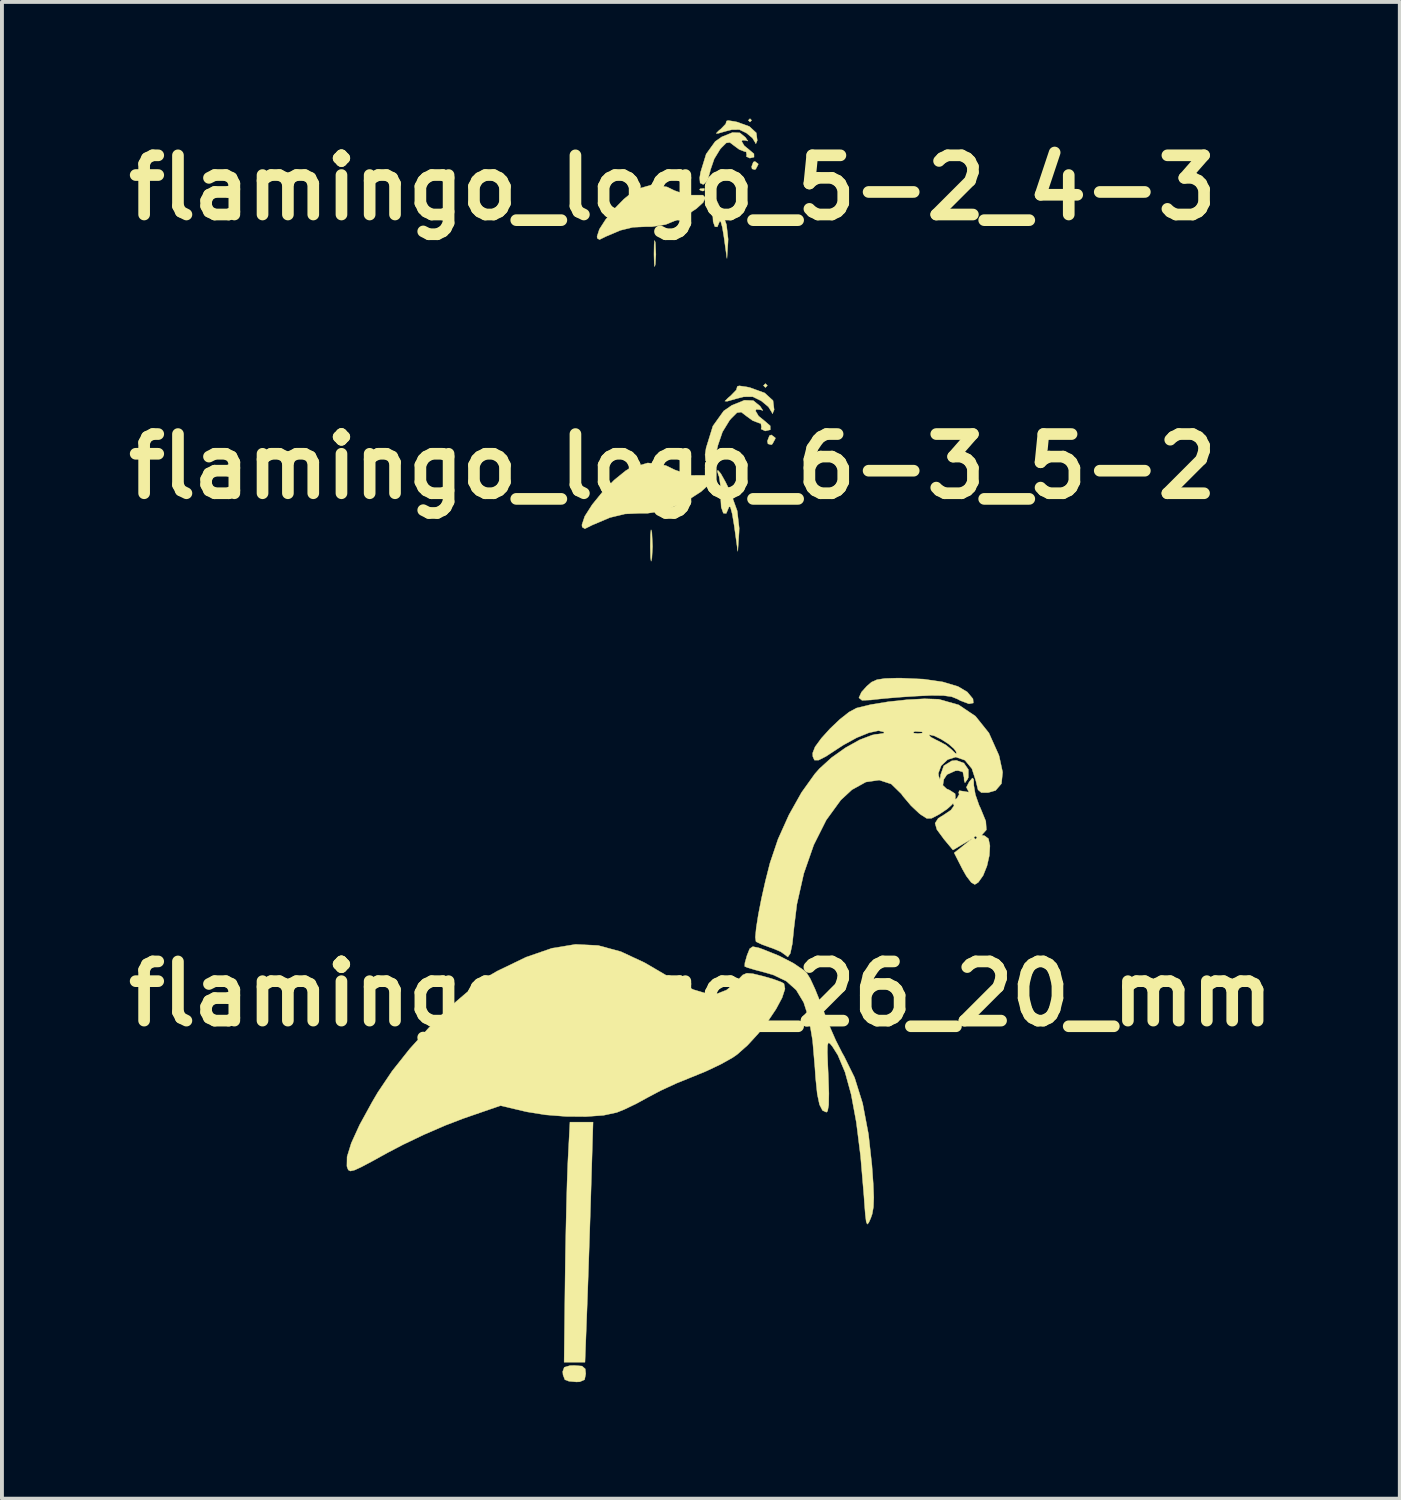
<source format=kicad_pcb>
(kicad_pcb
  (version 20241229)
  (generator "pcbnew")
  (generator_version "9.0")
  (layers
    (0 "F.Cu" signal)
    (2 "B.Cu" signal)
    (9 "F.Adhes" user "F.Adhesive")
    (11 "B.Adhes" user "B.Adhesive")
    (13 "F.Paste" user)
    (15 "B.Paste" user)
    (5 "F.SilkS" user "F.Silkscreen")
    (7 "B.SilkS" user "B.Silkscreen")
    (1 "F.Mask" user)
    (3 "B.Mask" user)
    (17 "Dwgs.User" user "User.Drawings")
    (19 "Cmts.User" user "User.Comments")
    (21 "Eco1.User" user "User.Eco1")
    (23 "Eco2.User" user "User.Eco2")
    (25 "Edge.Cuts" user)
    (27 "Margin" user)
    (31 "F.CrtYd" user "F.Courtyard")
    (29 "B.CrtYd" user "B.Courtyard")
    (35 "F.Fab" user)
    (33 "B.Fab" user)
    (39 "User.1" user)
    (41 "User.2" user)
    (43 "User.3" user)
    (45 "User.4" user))
  (footprint "flamingo_logo_26_20_mm"
    (layer "F.Cu")
    (at 14.993 22.536)
    (property "Reference" "flamingo_logo_26_20_mm" (at 0 0 0) (layer "F.SilkS") (effects (font (size 1.524 1.524) (thickness 0.3))))
    (attr through_hole)
    (fp_poly (pts (xy -3.059 9.583) (xy -2.977 9.654) (xy -2.963 9.779) (xy -2.993 9.933) (xy -3.116 9.987) (xy -3.203 9.991) (xy -3.397 9.973) (xy -3.5 9.934) (xy -3.548 9.81) (xy -3.556 9.723) (xy -3.516 9.614) (xy -3.37 9.571) (xy -3.26 9.567) (xy -3.059 9.583)) (stroke (width 0.01) (type solid)) (fill yes) (layer "F.SilkS"))
    (fp_poly (pts (xy -2.828 5.059) (xy -2.848 5.704) (xy -2.871 6.402) (xy -2.894 7.093) (xy -2.916 7.72) (xy -2.932 8.149) (xy -2.983 9.483) (xy -3.52 9.483) (xy -3.495 7.345) (xy -3.486 6.694) (xy -3.473 6.039) (xy -3.459 5.418) (xy -3.444 4.87) (xy -3.428 4.432) (xy -3.42 4.255) (xy -3.37 3.302) (xy -2.775 3.302) (xy -2.828 5.059)) (stroke (width 0.01) (type solid)) (fill yes) (layer "F.SilkS"))
    (fp_poly (pts (xy 5.735 -8.102) (xy 6.233 -8.029) (xy 6.62 -7.913) (xy 6.858 -7.772) (xy 7.006 -7.594) (xy 7.015 -7.488) (xy 6.902 -7.467) (xy 6.687 -7.546) (xy 6.604 -7.591) (xy 6.457 -7.65) (xy 6.246 -7.679) (xy 5.935 -7.683) (xy 5.546 -7.665) (xy 5.144 -7.639) (xy 4.77 -7.608) (xy 4.48 -7.579) (xy 4.381 -7.566) (xy 4.15 -7.556) (xy 4.069 -7.622) (xy 4.135 -7.768) (xy 4.272 -7.92) (xy 4.395 -8.026) (xy 4.535 -8.088) (xy 4.738 -8.119) (xy 5.052 -8.128) (xy 5.154 -8.128) (xy 5.735 -8.102)) (stroke (width 0.01) (type solid)) (fill yes) (layer "F.SilkS"))
    (fp_poly (pts (xy 1.492 -1.184) (xy 1.602 -1.145) (xy 2.015 -0.978) (xy 2.381 -0.79) (xy 2.651 -0.607) (xy 2.726 -0.536) (xy 2.817 -0.388) (xy 2.939 -0.125) (xy 3.074 0.209) (xy 3.137 0.383) (xy 3.293 0.786) (xy 3.471 1.192) (xy 3.642 1.529) (xy 3.688 1.609) (xy 3.957 2.155) (xy 4.165 2.82) (xy 4.316 3.617) (xy 4.404 4.416) (xy 4.438 4.896) (xy 4.452 5.242) (xy 4.443 5.488) (xy 4.411 5.668) (xy 4.374 5.775) (xy 4.321 5.893) (xy 4.284 5.93) (xy 4.257 5.867) (xy 4.234 5.681) (xy 4.209 5.354) (xy 4.199 5.207) (xy 4.112 4.178) (xy 4.003 3.308) (xy 3.87 2.59) (xy 3.712 2.016) (xy 3.527 1.577) (xy 3.387 1.355) (xy 3.322 1.276) (xy 3.281 1.26) (xy 3.26 1.33) (xy 3.257 1.508) (xy 3.268 1.818) (xy 3.281 2.102) (xy 3.296 2.56) (xy 3.291 2.862) (xy 3.263 3.019) (xy 3.232 3.048) (xy 3.132 3.002) (xy 3.055 2.852) (xy 2.997 2.579) (xy 2.954 2.164) (xy 2.937 1.905) (xy 2.877 1.202) (xy 2.784 0.646) (xy 2.647 0.22) (xy 2.456 -0.098) (xy 2.2 -0.327) (xy 1.87 -0.485) (xy 1.659 -0.548) (xy 1.391 -0.619) (xy 1.198 -0.677) (xy 1.13 -0.705) (xy 1.134 -0.796) (xy 1.185 -0.978) (xy 1.191 -0.996) (xy 1.257 -1.161) (xy 1.338 -1.216) (xy 1.492 -1.184)) (stroke (width 0.01) (type solid)) (fill yes) (layer "F.SilkS"))
    (fp_poly (pts (xy -2.643 -1.245) (xy -2.059 -1.087) (xy -1.446 -0.801) (xy -1.138 -0.621) (xy -0.61 -0.312) (xy -0.19 -0.108) (xy 0.147 -0.007) (xy 0.424 -0.005) (xy 0.664 -0.1) (xy 0.892 -0.29) (xy 0.974 -0.38) (xy 1.079 -0.487) (xy 1.183 -0.531) (xy 1.341 -0.518) (xy 1.608 -0.453) (xy 1.608 -0.453) (xy 1.875 -0.375) (xy 2.072 -0.302) (xy 2.14 -0.264) (xy 2.166 -0.127) (xy 2.092 0.1) (xy 1.938 0.388) (xy 1.725 0.707) (xy 1.473 1.029) (xy 1.203 1.323) (xy 0.934 1.561) (xy 0.816 1.643) (xy 0.508 1.815) (xy 0.123 1.997) (xy -0.243 2.146) (xy -0.632 2.304) (xy -1.036 2.491) (xy -1.35 2.657) (xy -1.663 2.828) (xy -1.975 2.978) (xy -2.165 3.054) (xy -2.505 3.127) (xy -2.958 3.16) (xy -3.473 3.156) (xy -3.996 3.115) (xy -4.477 3.038) (xy -4.547 3.022) (xy -5.158 2.878) (xy -6.114 3.208) (xy -6.586 3.389) (xy -7.13 3.625) (xy -7.671 3.884) (xy -8.065 4.09) (xy -8.465 4.311) (xy -8.742 4.458) (xy -8.919 4.539) (xy -9.022 4.562) (xy -9.076 4.535) (xy -9.104 4.466) (xy -9.112 4.434) (xy -9.108 4.194) (xy -8.999 3.842) (xy -8.785 3.373) (xy -8.462 2.784) (xy -8.319 2.54) (xy -7.948 1.988) (xy -7.492 1.413) (xy -6.98 0.848) (xy -6.444 0.322) (xy -5.915 -0.131) (xy -5.424 -0.48) (xy -5.242 -0.586) (xy -4.498 -0.945) (xy -3.835 -1.174) (xy -3.226 -1.274) (xy -2.643 -1.245)) (stroke (width 0.01) (type solid)) (fill yes) (layer "F.SilkS"))
    (fp_poly (pts (xy 6.106 -7.585) (xy 6.129 -7.583) (xy 6.638 -7.439) (xy 7.07 -7.148) (xy 7.416 -6.716) (xy 7.67 -6.15) (xy 7.68 -6.119) (xy 7.769 -5.706) (xy 7.739 -5.412) (xy 7.588 -5.236) (xy 7.397 -5.181) (xy 7.222 -5.18) (xy 7.136 -5.253) (xy 7.089 -5.445) (xy 7.085 -5.467) (xy 6.979 -5.796) (xy 6.798 -6.015) (xy 6.566 -6.096) (xy 6.562 -6.096) (xy 6.354 -6.031) (xy 6.187 -5.874) (xy 6.115 -5.682) (xy 6.121 -5.615) (xy 6.153 -5.518) (xy 6.168 -5.583) (xy 6.171 -5.635) (xy 6.255 -5.872) (xy 6.458 -5.998) (xy 6.576 -6.011) (xy 6.772 -5.941) (xy 6.888 -5.773) (xy 6.886 -5.571) (xy 6.864 -5.523) (xy 6.8 -5.434) (xy 6.778 -5.495) (xy 6.776 -5.572) (xy 6.744 -5.714) (xy 6.621 -5.748) (xy 6.55 -5.742) (xy 6.335 -5.644) (xy 6.255 -5.522) (xy 6.23 -5.369) (xy 6.328 -5.277) (xy 6.399 -5.247) (xy 6.545 -5.154) (xy 6.554 -5.067) (xy 6.543 -5.009) (xy 6.592 -5.03) (xy 6.651 -5.137) (xy 6.637 -5.18) (xy 6.654 -5.231) (xy 6.784 -5.211) (xy 6.9 -5.191) (xy 6.886 -5.223) (xy 6.836 -5.317) (xy 6.908 -5.457) (xy 6.991 -5.557) (xy 7.023 -5.523) (xy 7.027 -5.368) (xy 7.067 -5.13) (xy 7.164 -4.852) (xy 7.197 -4.784) (xy 7.336 -4.445) (xy 7.351 -4.222) (xy 7.26 -4.12) (xy 7.23 -4.083) (xy 7.303 -4.071) (xy 7.404 -3.995) (xy 7.442 -3.811) (xy 7.427 -3.562) (xy 7.366 -3.293) (xy 7.268 -3.048) (xy 7.143 -2.871) (xy 7.053 -2.815) (xy 6.963 -2.866) (xy 6.836 -3.032) (xy 6.737 -3.206) (xy 6.522 -3.629) (xy 6.754 -3.813) (xy 6.985 -3.997) (xy 6.491 -3.703) (xy 6.253 -3.989) (xy 6.23 -4.022) (xy 7.027 -4.022) (xy 7.07 -3.979) (xy 7.112 -4.022) (xy 7.07 -4.064) (xy 7.027 -4.022) (xy 6.23 -4.022) (xy 6.077 -4.229) (xy 6.03 -4.393) (xy 6.111 -4.519) (xy 6.265 -4.614) (xy 6.438 -4.731) (xy 6.517 -4.841) (xy 6.518 -4.849) (xy 6.492 -4.903) (xy 6.455 -4.862) (xy 6.344 -4.761) (xy 6.154 -4.633) (xy 6.126 -4.616) (xy 5.942 -4.52) (xy 5.817 -4.516) (xy 5.667 -4.611) (xy 5.618 -4.649) (xy 5.411 -4.844) (xy 5.202 -5.091) (xy 5.161 -5.149) (xy 4.902 -5.402) (xy 4.592 -5.503) (xy 4.248 -5.453) (xy 3.889 -5.254) (xy 3.602 -4.988) (xy 3.228 -4.474) (xy 2.906 -3.832) (xy 2.65 -3.097) (xy 2.472 -2.307) (xy 2.399 -1.712) (xy 2.356 -1.294) (xy 2.303 -1.041) (xy 2.239 -0.949) (xy 2.164 -1.008) (xy 2.057 -1.084) (xy 1.855 -1.17) (xy 1.798 -1.189) (xy 1.579 -1.268) (xy 1.435 -1.336) (xy 1.419 -1.347) (xy 1.403 -1.457) (xy 1.426 -1.698) (xy 1.48 -2.04) (xy 1.56 -2.451) (xy 1.661 -2.9) (xy 1.776 -3.354) (xy 1.78 -3.369) (xy 1.988 -3.985) (xy 2.268 -4.607) (xy 2.592 -5.184) (xy 2.934 -5.662) (xy 3.054 -5.798) (xy 3.365 -6.081) (xy 3.726 -6.337) (xy 4.09 -6.54) (xy 4.413 -6.663) (xy 4.417 -6.664) (xy 5.874 -6.664) (xy 5.916 -6.611) (xy 6.069 -6.531) (xy 6.09 -6.522) (xy 6.301 -6.411) (xy 6.442 -6.299) (xy 6.546 -6.198) (xy 6.582 -6.181) (xy 6.572 -6.234) (xy 6.515 -6.313) (xy 6.378 -6.433) (xy 6.19 -6.554) (xy 6.006 -6.644) (xy 5.886 -6.67) (xy 5.874 -6.664) (xy 4.417 -6.664) (xy 4.581 -6.689) (xy 4.707 -6.708) (xy 4.709 -6.714) (xy 5.472 -6.714) (xy 5.588 -6.702) (xy 5.708 -6.715) (xy 5.694 -6.745) (xy 5.52 -6.756) (xy 5.482 -6.745) (xy 5.472 -6.714) (xy 4.709 -6.714) (xy 4.717 -6.741) (xy 4.573 -6.775) (xy 4.327 -6.722) (xy 4.014 -6.595) (xy 3.671 -6.407) (xy 3.521 -6.31) (xy 3.221 -6.113) (xy 3.03 -6.016) (xy 2.925 -6.016) (xy 2.883 -6.109) (xy 2.879 -6.2) (xy 2.94 -6.358) (xy 3.102 -6.579) (xy 3.326 -6.827) (xy 3.576 -7.065) (xy 3.817 -7.255) (xy 4.009 -7.358) (xy 4.372 -7.446) (xy 4.825 -7.52) (xy 5.307 -7.572) (xy 5.755 -7.596) (xy 6.106 -7.585)) (stroke (width 0.01) (type solid)) (fill yes) (layer "F.SilkS")))
  (footprint "flamingo_logo_6-3_5-2"
    (layer "F.Cu")
    (at 14.268 8.959)
    (property "Reference" "flamingo_logo_6-3_5-2" (at 0 0 0) (layer "F.SilkS") (effects (font (size 1.524 1.524) (thickness 0.3))))
    (attr through_hole)
    (fp_poly (pts (xy 2.438 -2.083) (xy 2.388 -2.032) (xy 2.337 -2.083) (xy 2.388 -2.134) (xy 2.438 -2.083)) (stroke (width 0.01) (type solid)) (fill yes) (layer "F.SilkS"))
    (fp_poly (pts (xy 0.982 0.034) (xy 0.968 0.094) (xy 0.914 0.102) (xy 0.831 0.064) (xy 0.847 0.034) (xy 0.967 0.022) (xy 0.982 0.034)) (stroke (width 0.01) (type solid)) (fill yes) (layer "F.SilkS"))
    (fp_poly (pts (xy 2.639 -0.74) (xy 2.642 -0.717) (xy 2.568 -0.58) (xy 2.54 -0.559) (xy 2.453 -0.582) (xy 2.438 -0.654) (xy 2.491 -0.793) (xy 2.54 -0.813) (xy 2.639 -0.74)) (stroke (width 0.01) (type solid)) (fill yes) (layer "F.SilkS"))
    (fp_poly (pts (xy -0.539 1.682) (xy -0.536 1.702) (xy -0.519 2.058) (xy -0.536 2.362) (xy -0.556 2.439) (xy -0.571 2.335) (xy -0.577 2.074) (xy -0.577 2.032) (xy -0.572 1.753) (xy -0.558 1.629) (xy -0.539 1.682)) (stroke (width 0.01) (type solid)) (fill yes) (layer "F.SilkS"))
    (fp_poly (pts (xy 1.907 -2.048) (xy 1.987 -2.031) (xy 2.369 -1.892) (xy 2.583 -1.696) (xy 2.612 -1.46) (xy 2.569 -1.358) (xy 2.552 -1.395) (xy 2.465 -1.535) (xy 2.28 -1.689) (xy 2.061 -1.796) (xy 1.83 -1.794) (xy 1.645 -1.747) (xy 1.409 -1.68) (xy 1.344 -1.682) (xy 1.427 -1.765) (xy 1.494 -1.821) (xy 1.638 -1.97) (xy 1.664 -2.061) (xy 1.715 -2.076) (xy 1.907 -2.048)) (stroke (width 0.01) (type solid)) (fill yes) (layer "F.SilkS"))
    (fp_poly (pts (xy -0.178 -0.025) (xy 0.055 0.088) (xy 0.46 0.23) (xy 0.69 0.228) (xy 0.932 0.228) (xy 1.011 0.311) (xy 0.94 0.457) (xy 0.73 0.648) (xy 0.394 0.864) (xy 0.228 0.953) (xy -0.22 1.137) (xy -0.644 1.204) (xy -0.838 1.204) (xy -1.23 1.222) (xy -1.617 1.316) (xy -2.07 1.508) (xy -2.261 1.603) (xy -2.329 1.561) (xy -2.337 1.504) (xy -2.264 1.283) (xy -2.074 0.985) (xy -1.808 0.657) (xy -1.506 0.35) (xy -1.212 0.111) (xy -1.097 0.042) (xy -0.64 -0.091) (xy -0.178 -0.025)) (stroke (width 0.01) (type solid)) (fill yes) (layer "F.SilkS"))
    (fp_poly (pts (xy 1.24 0.186) (xy 1.363 0.406) (xy 1.485 0.657) (xy 1.661 1.143) (xy 1.712 1.588) (xy 1.708 1.698) (xy 1.676 2.184) (xy 1.584 1.524) (xy 1.533 1.221) (xy 1.486 1.046) (xy 1.451 1.036) (xy 1.45 1.041) (xy 1.378 1.209) (xy 1.304 1.202) (xy 1.249 1.047) (xy 1.234 0.778) (xy 1.234 0.762) (xy 1.321 0.762) (xy 1.372 0.813) (xy 1.422 0.762) (xy 1.372 0.711) (xy 1.321 0.762) (xy 1.234 0.762) (xy 1.229 0.479) (xy 1.195 0.26) (xy 1.178 0.219) (xy 1.148 0.113) (xy 1.168 0.102) (xy 1.24 0.186)) (stroke (width 0.01) (type solid)) (fill yes) (layer "F.SilkS"))
    (fp_poly (pts (xy 2.075 -1.696) (xy 2.248 -1.555) (xy 2.322 -1.442) (xy 2.261 -1.46) (xy 2.149 -1.471) (xy 2.134 -1.429) (xy 2.211 -1.298) (xy 2.337 -1.196) (xy 2.51 -1.048) (xy 2.513 -0.945) (xy 2.382 -0.914) (xy 2.276 -0.964) (xy 2.286 -1.016) (xy 2.27 -1.108) (xy 2.224 -1.118) (xy 2.059 -1.181) (xy 1.903 -1.294) (xy 1.765 -1.4) (xy 1.655 -1.385) (xy 1.502 -1.232) (xy 1.464 -1.188) (xy 1.282 -0.89) (xy 1.163 -0.541) (xy 1.156 -0.503) (xy 1.073 -0.212) (xy 0.95 -0.102) (xy 0.941 -0.102) (xy 0.847 -0.145) (xy 0.834 -0.305) (xy 0.861 -0.479) (xy 1.035 -1.041) (xy 1.313 -1.429) (xy 1.521 -1.573) (xy 1.846 -1.705) (xy 2.075 -1.696)) (stroke (width 0.01) (type solid)) (fill yes) (layer "F.SilkS")))
  (footprint "flamingo_logo_5-2_4-3"
    (layer "F.Cu")
    (at 14.268 1.783)
    (property "Reference" "flamingo_logo_5-2_4-3" (at 0 0 0) (layer "F.SilkS") (effects (font (size 1.524 1.524) (thickness 0.3))))
    (attr through_hole)
    (fp_poly (pts (xy 2.032 -1.736) (xy 1.99 -1.693) (xy 1.947 -1.736) (xy 1.99 -1.778) (xy 2.032 -1.736)) (stroke (width 0.01) (type solid)) (fill yes) (layer "F.SilkS"))
    (fp_poly (pts (xy 0.818 0.028) (xy 0.807 0.079) (xy 0.762 0.085) (xy 0.692 0.054) (xy 0.706 0.028) (xy 0.806 0.018) (xy 0.818 0.028)) (stroke (width 0.01) (type solid)) (fill yes) (layer "F.SilkS"))
    (fp_poly (pts (xy 2.199 -0.617) (xy 2.201 -0.598) (xy 2.14 -0.483) (xy 2.117 -0.466) (xy 2.044 -0.485) (xy 2.032 -0.545) (xy 2.076 -0.661) (xy 2.117 -0.677) (xy 2.199 -0.617)) (stroke (width 0.01) (type solid)) (fill yes) (layer "F.SilkS"))
    (fp_poly (pts (xy -0.449 1.402) (xy -0.447 1.418) (xy -0.433 1.715) (xy -0.447 1.968) (xy -0.463 2.032) (xy -0.475 1.946) (xy -0.481 1.728) (xy -0.481 1.693) (xy -0.477 1.461) (xy -0.465 1.357) (xy -0.449 1.402)) (stroke (width 0.01) (type solid)) (fill yes) (layer "F.SilkS"))
    (fp_poly (pts (xy 1.589 -1.706) (xy 1.656 -1.692) (xy 1.975 -1.577) (xy 2.152 -1.413) (xy 2.177 -1.217) (xy 2.141 -1.132) (xy 2.126 -1.162) (xy 2.054 -1.279) (xy 1.9 -1.408) (xy 1.718 -1.496) (xy 1.525 -1.495) (xy 1.371 -1.456) (xy 1.174 -1.4) (xy 1.12 -1.401) (xy 1.189 -1.471) (xy 1.245 -1.517) (xy 1.365 -1.642) (xy 1.387 -1.718) (xy 1.429 -1.73) (xy 1.589 -1.706)) (stroke (width 0.01) (type solid)) (fill yes) (layer "F.SilkS"))
    (fp_poly (pts (xy -0.148 -0.021) (xy 0.046 0.073) (xy 0.383 0.192) (xy 0.575 0.19) (xy 0.777 0.19) (xy 0.843 0.259) (xy 0.783 0.381) (xy 0.608 0.54) (xy 0.328 0.72) (xy 0.19 0.794) (xy -0.183 0.948) (xy -0.537 1.003) (xy -0.698 1.003) (xy -1.025 1.018) (xy -1.348 1.097) (xy -1.725 1.257) (xy -1.884 1.336) (xy -1.941 1.301) (xy -1.947 1.254) (xy -1.887 1.069) (xy -1.728 0.821) (xy -1.506 0.548) (xy -1.255 0.292) (xy -1.01 0.093) (xy -0.914 0.035) (xy -0.533 -0.076) (xy -0.148 -0.021)) (stroke (width 0.01) (type solid)) (fill yes) (layer "F.SilkS"))
    (fp_poly (pts (xy 1.033 0.155) (xy 1.136 0.339) (xy 1.237 0.547) (xy 1.385 0.952) (xy 1.427 1.323) (xy 1.423 1.415) (xy 1.397 1.82) (xy 1.32 1.27) (xy 1.278 1.017) (xy 1.238 0.872) (xy 1.209 0.863) (xy 1.208 0.868) (xy 1.149 1.008) (xy 1.087 1.002) (xy 1.041 0.873) (xy 1.029 0.648) (xy 1.028 0.635) (xy 1.101 0.635) (xy 1.143 0.677) (xy 1.185 0.635) (xy 1.143 0.593) (xy 1.101 0.635) (xy 1.028 0.635) (xy 1.024 0.399) (xy 0.996 0.217) (xy 0.982 0.183) (xy 0.957 0.094) (xy 0.973 0.085) (xy 1.033 0.155)) (stroke (width 0.01) (type solid)) (fill yes) (layer "F.SilkS"))
    (fp_poly (pts (xy 1.729 -1.413) (xy 1.873 -1.296) (xy 1.935 -1.202) (xy 1.884 -1.216) (xy 1.791 -1.226) (xy 1.778 -1.191) (xy 1.842 -1.081) (xy 1.947 -0.996) (xy 2.092 -0.873) (xy 2.094 -0.788) (xy 1.985 -0.762) (xy 1.897 -0.803) (xy 1.905 -0.847) (xy 1.892 -0.924) (xy 1.853 -0.931) (xy 1.715 -0.984) (xy 1.586 -1.079) (xy 1.471 -1.166) (xy 1.379 -1.154) (xy 1.252 -1.027) (xy 1.22 -0.99) (xy 1.069 -0.742) (xy 0.969 -0.451) (xy 0.963 -0.419) (xy 0.894 -0.177) (xy 0.792 -0.085) (xy 0.784 -0.085) (xy 0.706 -0.121) (xy 0.695 -0.254) (xy 0.718 -0.399) (xy 0.862 -0.867) (xy 1.094 -1.19) (xy 1.267 -1.311) (xy 1.539 -1.421) (xy 1.729 -1.413)) (stroke (width 0.01) (type solid)) (fill yes) (layer "F.SilkS")))
  (gr_rect
    (start -3 -3)
    (end 32.987 35.532)
    (stroke (width 0.1) (type default))
    (fill no)
    (layer "Edge.Cuts")))
</source>
